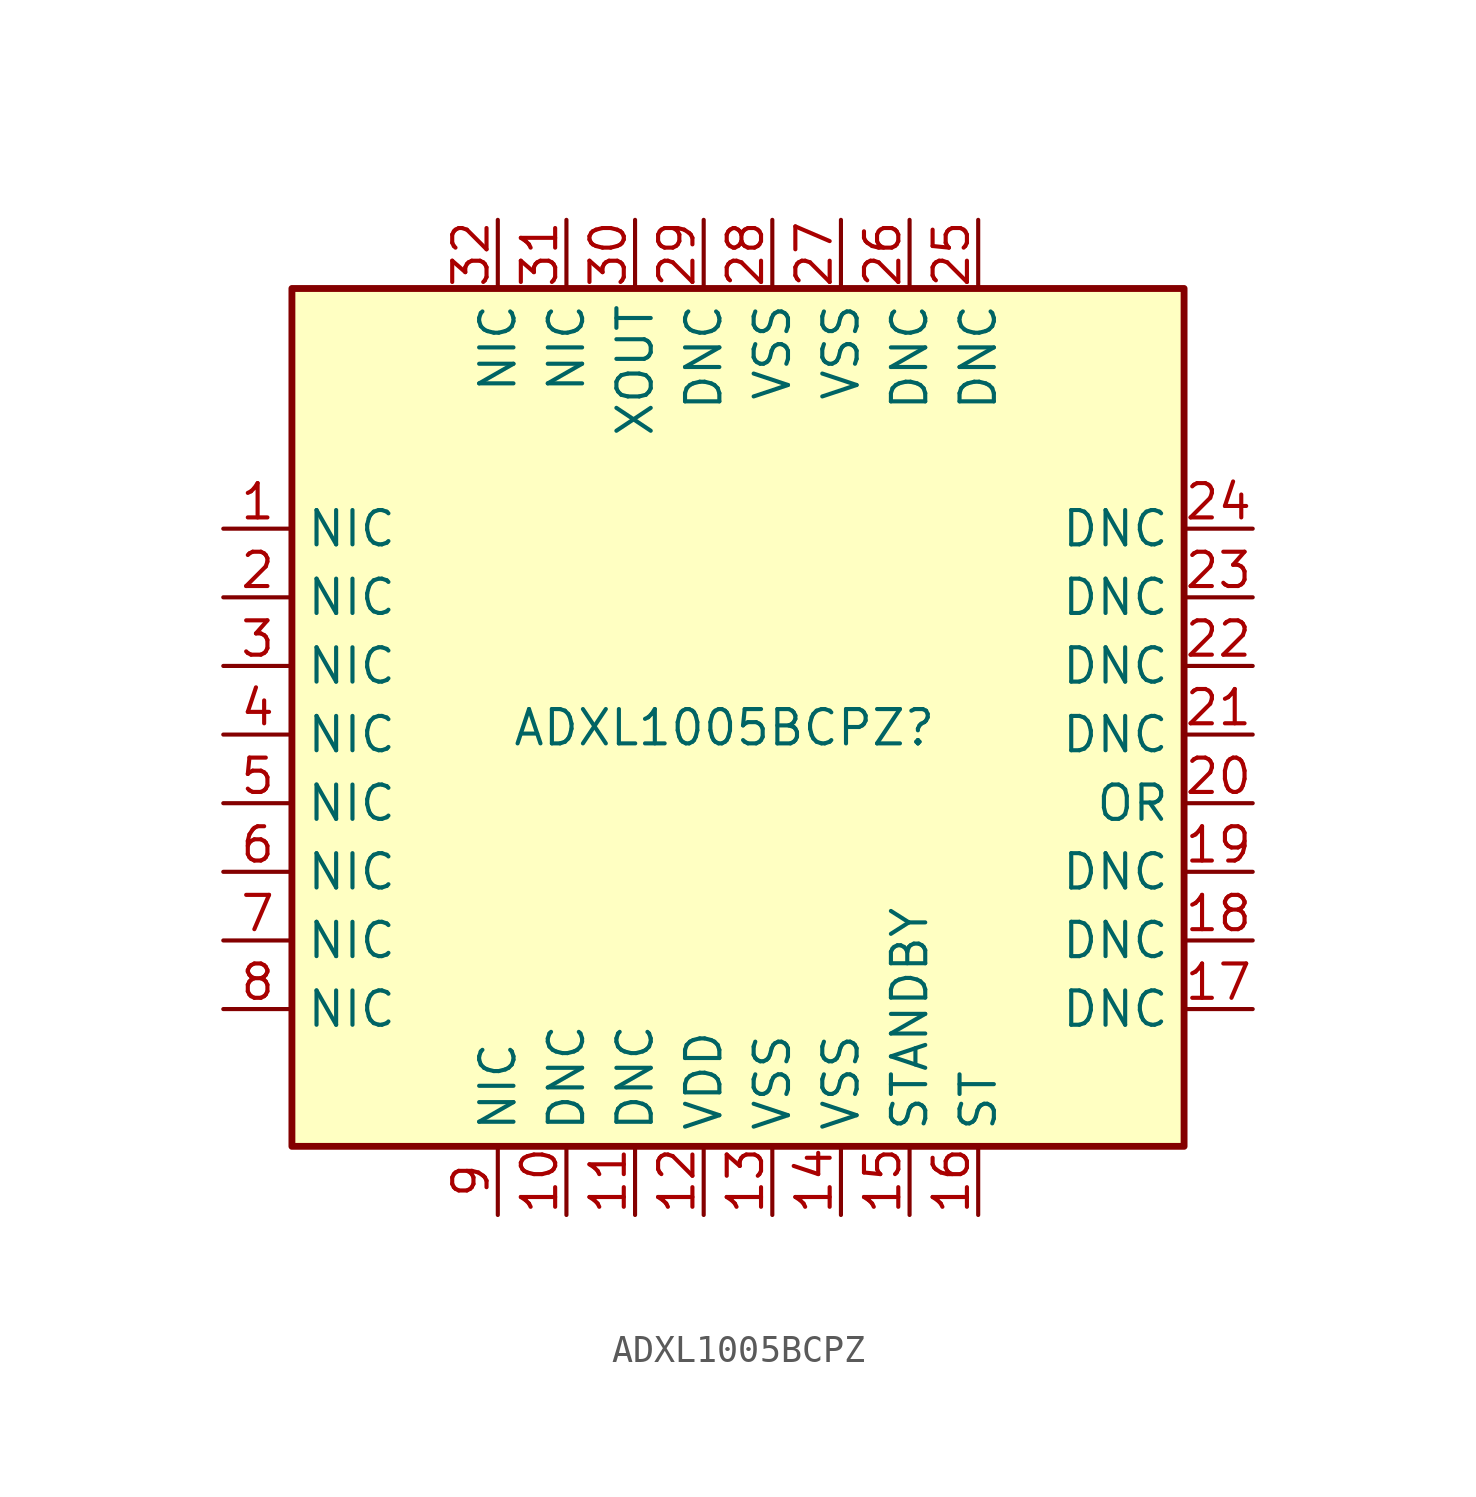
<source format=kicad_sym>
(kicad_symbol_lib
  (version 20231120)
  (generator "kicad_symbol_editor")
  (generator_version "8.0")
  (symbol "ADXL1005BCPZ"
    (property "Reference" "ADXL1005BCPZ"
      (at 16.002 -16.256 0)
      (effects (font (size 1.27 1.27))))
    (property "Value" ""
      (at -1.27 1.27 0)
      (effects (font (size 1.27 1.27))))
    (symbol "ADXL1005BCPZ_1_1"
      (rectangle (start 0 0) (end 33.02 -31.75) (stroke (width 0.254) (type default)) (fill (type color) (color 255 255 194 1)))
      (pin input line (at -2.54 -8.89 0) (length 2.54) (name "NIC" (effects (font (size 1.27 1.27)))) (number "1" (effects (font (size 1.27 1.27)))))
      (pin input line (at 10.16 -34.29 90) (length 2.54) (name "DNC" (effects (font (size 1.27 1.27)))) (number "10" (effects (font (size 1.27 1.27)))))
      (pin input line (at 12.7 -34.29 90) (length 2.54) (name "DNC" (effects (font (size 1.27 1.27)))) (number "11" (effects (font (size 1.27 1.27)))))
      (pin input line (at 15.24 -34.29 90) (length 2.54) (name "VDD" (effects (font (size 1.27 1.27)))) (number "12" (effects (font (size 1.27 1.27)))))
      (pin input line (at 17.78 -34.29 90) (length 2.54) (name "VSS" (effects (font (size 1.27 1.27)))) (number "13" (effects (font (size 1.27 1.27)))))
      (pin input line (at 20.32 -34.29 90) (length 2.54) (name "VSS" (effects (font (size 1.27 1.27)))) (number "14" (effects (font (size 1.27 1.27)))))
      (pin input line (at 22.86 -34.29 90) (length 2.54) (name "STANDBY" (effects (font (size 1.27 1.27)))) (number "15" (effects (font (size 1.27 1.27)))))
      (pin input line (at 25.4 -34.29 90) (length 2.54) (name "ST" (effects (font (size 1.27 1.27)))) (number "16" (effects (font (size 1.27 1.27)))))
      (pin input line (at 35.56 -26.67 180) (length 2.54) (name "DNC" (effects (font (size 1.27 1.27)))) (number "17" (effects (font (size 1.27 1.27)))))
      (pin input line (at 35.56 -24.13 180) (length 2.54) (name "DNC" (effects (font (size 1.27 1.27)))) (number "18" (effects (font (size 1.27 1.27)))))
      (pin input line (at 35.56 -21.59 180) (length 2.54) (name "DNC" (effects (font (size 1.27 1.27)))) (number "19" (effects (font (size 1.27 1.27)))))
      (pin input line (at -2.54 -11.43 0) (length 2.54) (name "NIC" (effects (font (size 1.27 1.27)))) (number "2" (effects (font (size 1.27 1.27)))))
      (pin input line (at 35.56 -19.05 180) (length 2.54) (name "OR" (effects (font (size 1.27 1.27)))) (number "20" (effects (font (size 1.27 1.27)))))
      (pin input line (at 35.56 -16.51 180) (length 2.54) (name "DNC" (effects (font (size 1.27 1.27)))) (number "21" (effects (font (size 1.27 1.27)))))
      (pin input line (at 35.56 -13.97 180) (length 2.54) (name "DNC" (effects (font (size 1.27 1.27)))) (number "22" (effects (font (size 1.27 1.27)))))
      (pin input line (at 35.56 -11.43 180) (length 2.54) (name "DNC" (effects (font (size 1.27 1.27)))) (number "23" (effects (font (size 1.27 1.27)))))
      (pin input line (at 35.56 -8.89 180) (length 2.54) (name "DNC" (effects (font (size 1.27 1.27)))) (number "24" (effects (font (size 1.27 1.27)))))
      (pin input line (at 25.4 2.54 270) (length 2.54) (name "DNC" (effects (font (size 1.27 1.27)))) (number "25" (effects (font (size 1.27 1.27)))))
      (pin input line (at 22.86 2.54 270) (length 2.54) (name "DNC" (effects (font (size 1.27 1.27)))) (number "26" (effects (font (size 1.27 1.27)))))
      (pin input line (at 20.32 2.54 270) (length 2.54) (name "VSS" (effects (font (size 1.27 1.27)))) (number "27" (effects (font (size 1.27 1.27)))))
      (pin input line (at 17.78 2.54 270) (length 2.54) (name "VSS" (effects (font (size 1.27 1.27)))) (number "28" (effects (font (size 1.27 1.27)))))
      (pin input line (at 15.24 2.54 270) (length 2.54) (name "DNC" (effects (font (size 1.27 1.27)))) (number "29" (effects (font (size 1.27 1.27)))))
      (pin input line (at -2.54 -13.97 0) (length 2.54) (name "NIC" (effects (font (size 1.27 1.27)))) (number "3" (effects (font (size 1.27 1.27)))))
      (pin input line (at 12.7 2.54 270) (length 2.54) (name "XOUT" (effects (font (size 1.27 1.27)))) (number "30" (effects (font (size 1.27 1.27)))))
      (pin input line (at 10.16 2.54 270) (length 2.54) (name "NIC" (effects (font (size 1.27 1.27)))) (number "31" (effects (font (size 1.27 1.27)))))
      (pin input line (at 7.62 2.54 270) (length 2.54) (name "NIC" (effects (font (size 1.27 1.27)))) (number "32" (effects (font (size 1.27 1.27)))))
      (pin input line (at -2.54 -16.51 0) (length 2.54) (name "NIC" (effects (font (size 1.27 1.27)))) (number "4" (effects (font (size 1.27 1.27)))))
      (pin input line (at -2.54 -19.05 0) (length 2.54) (name "NIC" (effects (font (size 1.27 1.27)))) (number "5" (effects (font (size 1.27 1.27)))))
      (pin input line (at -2.54 -21.59 0) (length 2.54) (name "NIC" (effects (font (size 1.27 1.27)))) (number "6" (effects (font (size 1.27 1.27)))))
      (pin input line (at -2.54 -24.13 0) (length 2.54) (name "NIC" (effects (font (size 1.27 1.27)))) (number "7" (effects (font (size 1.27 1.27)))))
      (pin input line (at -2.54 -26.67 0) (length 2.54) (name "NIC" (effects (font (size 1.27 1.27)))) (number "8" (effects (font (size 1.27 1.27)))))
      (pin input line (at 7.62 -34.29 90) (length 2.54) (name "NIC" (effects (font (size 1.27 1.27)))) (number "9" (effects (font (size 1.27 1.27))))))))
</source>
